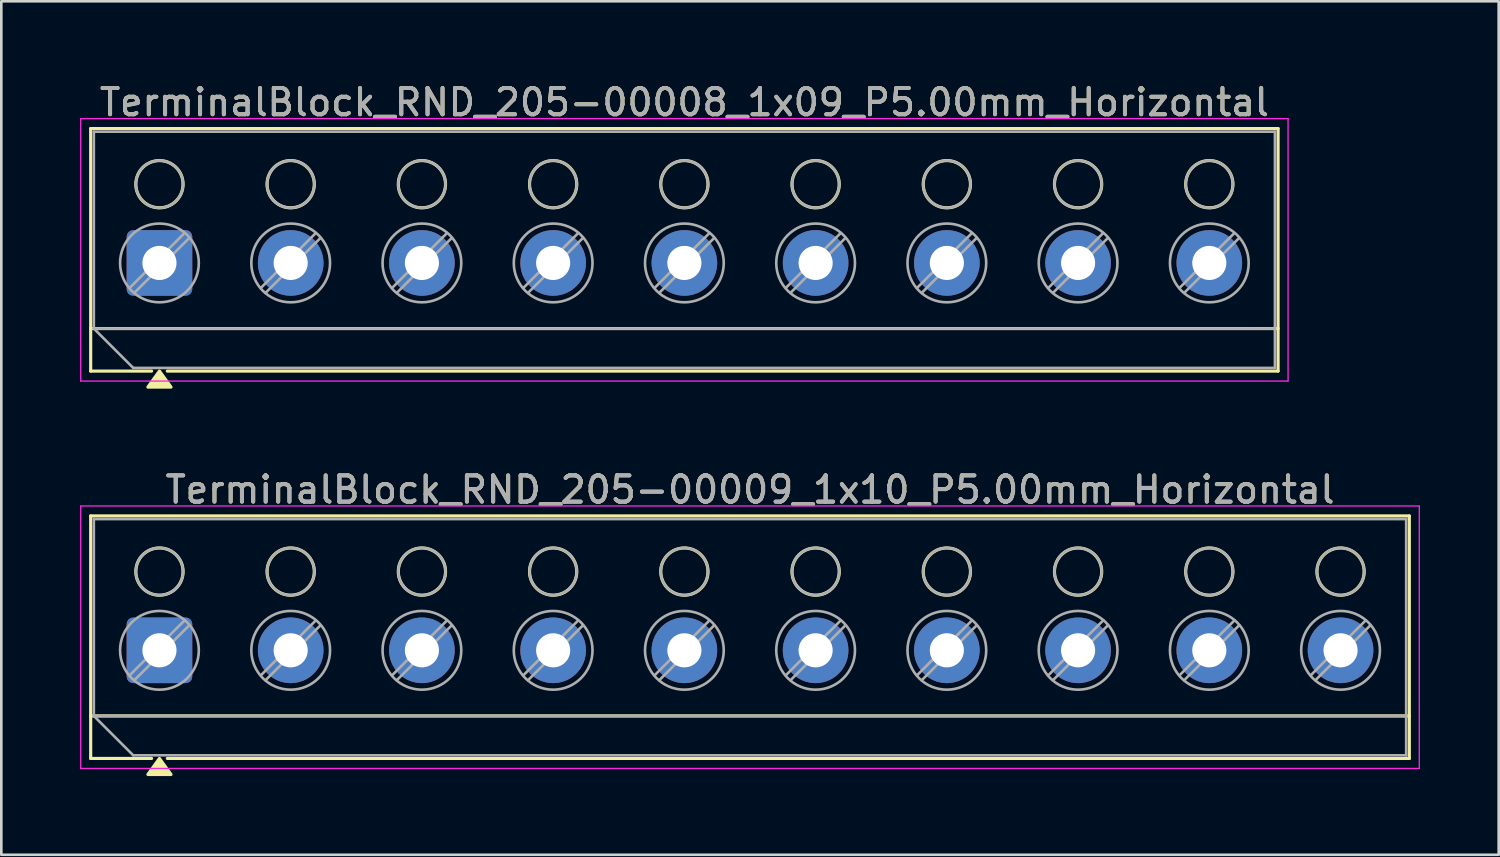
<source format=kicad_pcb>
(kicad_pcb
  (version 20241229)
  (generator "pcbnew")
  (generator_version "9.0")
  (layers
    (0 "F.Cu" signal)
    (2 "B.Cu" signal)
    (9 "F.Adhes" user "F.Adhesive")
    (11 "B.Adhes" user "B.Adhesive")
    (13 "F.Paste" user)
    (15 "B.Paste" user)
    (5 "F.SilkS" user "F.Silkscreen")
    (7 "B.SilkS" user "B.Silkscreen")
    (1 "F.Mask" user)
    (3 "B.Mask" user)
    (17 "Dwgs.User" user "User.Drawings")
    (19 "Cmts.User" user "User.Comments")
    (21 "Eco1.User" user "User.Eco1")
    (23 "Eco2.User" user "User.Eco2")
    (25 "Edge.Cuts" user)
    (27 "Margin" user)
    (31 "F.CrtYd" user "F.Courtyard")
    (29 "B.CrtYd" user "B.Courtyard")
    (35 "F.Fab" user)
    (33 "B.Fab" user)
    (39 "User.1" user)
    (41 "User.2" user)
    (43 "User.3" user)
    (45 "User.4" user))
  (footprint "TerminalBlock_RND_205-00008_1x09_P5.00mm_Horizontal"
    (layer "F.Cu")
    (at 3.025 6.968)
    (property "Reference" "TerminalBlock_RND_205-00008_1x09_P5.00mm_Horizontal" (at 20 -6.12 0) (layer "F.SilkS") (effects (font (size 1 1) (thickness 0.15))))
    (attr through_hole)
    (fp_line (start -2.62 -5.12) (end -2.62 4.12) (stroke (width 0.12) (type solid)) (layer "F.SilkS"))
    (fp_line (start -2.62 -5.12) (end 42.62 -5.12) (stroke (width 0.12) (type solid)) (layer "F.SilkS"))
    (fp_line (start -2.62 2.5) (end 42.62 2.5) (stroke (width 0.12) (type solid)) (layer "F.SilkS"))
    (fp_line (start -2.62 4.12) (end -0.3 4.12) (stroke (width 0.12) (type solid)) (layer "F.SilkS"))
    (fp_line (start 0.3 4.12) (end 42.62 4.12) (stroke (width 0.12) (type solid)) (layer "F.SilkS"))
    (fp_line (start 42.62 -5.12) (end 42.62 4.12) (stroke (width 0.12) (type solid)) (layer "F.SilkS"))
    (fp_circle (center 0 -3) (end 0.9 -3) (stroke (width 0.12) (type solid)) (fill no) (layer "F.SilkS"))
    (fp_circle (center 5 -3) (end 5.9 -3) (stroke (width 0.12) (type solid)) (fill no) (layer "F.SilkS"))
    (fp_circle (center 10 -3) (end 10.9 -3) (stroke (width 0.12) (type solid)) (fill no) (layer "F.SilkS"))
    (fp_circle (center 15 -3) (end 15.9 -3) (stroke (width 0.12) (type solid)) (fill no) (layer "F.SilkS"))
    (fp_circle (center 20 -3) (end 20.9 -3) (stroke (width 0.12) (type solid)) (fill no) (layer "F.SilkS"))
    (fp_circle (center 25 -3) (end 25.9 -3) (stroke (width 0.12) (type solid)) (fill no) (layer "F.SilkS"))
    (fp_circle (center 30 -3) (end 30.9 -3) (stroke (width 0.12) (type solid)) (fill no) (layer "F.SilkS"))
    (fp_circle (center 35 -3) (end 35.9 -3) (stroke (width 0.12) (type solid)) (fill no) (layer "F.SilkS"))
    (fp_circle (center 40 -3) (end 40.9 -3) (stroke (width 0.12) (type solid)) (fill no) (layer "F.SilkS"))
    (fp_poly (pts (xy 0 4.12) (xy 0.44 4.73) (xy -0.44 4.73)) (stroke (width 0.12) (type solid)) (fill yes) (layer "F.SilkS"))
    (fp_line (start -3 -5.5) (end -3 4.5) (stroke (width 0.05) (type solid)) (layer "F.CrtYd"))
    (fp_line (start -3 4.5) (end 43 4.5) (stroke (width 0.05) (type solid)) (layer "F.CrtYd"))
    (fp_line (start 43 -5.5) (end -3 -5.5) (stroke (width 0.05) (type solid)) (layer "F.CrtYd"))
    (fp_line (start 43 4.5) (end 43 -5.5) (stroke (width 0.05) (type solid)) (layer "F.CrtYd"))
    (fp_line (start -2.5 -5) (end 42.5 -5) (stroke (width 0.1) (type solid)) (layer "F.Fab"))
    (fp_line (start -2.5 2.5) (end -2.5 -5) (stroke (width 0.1) (type solid)) (layer "F.Fab"))
    (fp_line (start -2.5 2.5) (end 42.5 2.5) (stroke (width 0.1) (type solid)) (layer "F.Fab"))
    (fp_line (start -1 4) (end -2.5 2.5) (stroke (width 0.1) (type solid)) (layer "F.Fab"))
    (fp_line (start 0.955 -1.138) (end -1.138 0.954) (stroke (width 0.1) (type solid)) (layer "F.Fab"))
    (fp_line (start 1.138 -0.954) (end -0.955 1.137) (stroke (width 0.1) (type solid)) (layer "F.Fab"))
    (fp_line (start 5.955 -1.138) (end 3.862 0.954) (stroke (width 0.1) (type solid)) (layer "F.Fab"))
    (fp_line (start 6.138 -0.954) (end 4.045 1.137) (stroke (width 0.1) (type solid)) (layer "F.Fab"))
    (fp_line (start 10.955 -1.138) (end 8.862 0.954) (stroke (width 0.1) (type solid)) (layer "F.Fab"))
    (fp_line (start 11.138 -0.954) (end 9.045 1.137) (stroke (width 0.1) (type solid)) (layer "F.Fab"))
    (fp_line (start 15.955 -1.138) (end 13.862 0.954) (stroke (width 0.1) (type solid)) (layer "F.Fab"))
    (fp_line (start 16.138 -0.954) (end 14.045 1.137) (stroke (width 0.1) (type solid)) (layer "F.Fab"))
    (fp_line (start 20.955 -1.138) (end 18.862 0.954) (stroke (width 0.1) (type solid)) (layer "F.Fab"))
    (fp_line (start 21.138 -0.954) (end 19.045 1.137) (stroke (width 0.1) (type solid)) (layer "F.Fab"))
    (fp_line (start 25.955 -1.138) (end 23.862 0.954) (stroke (width 0.1) (type solid)) (layer "F.Fab"))
    (fp_line (start 26.138 -0.954) (end 24.045 1.137) (stroke (width 0.1) (type solid)) (layer "F.Fab"))
    (fp_line (start 30.955 -1.138) (end 28.862 0.954) (stroke (width 0.1) (type solid)) (layer "F.Fab"))
    (fp_line (start 31.138 -0.954) (end 29.045 1.137) (stroke (width 0.1) (type solid)) (layer "F.Fab"))
    (fp_line (start 35.955 -1.138) (end 33.862 0.954) (stroke (width 0.1) (type solid)) (layer "F.Fab"))
    (fp_line (start 36.138 -0.954) (end 34.045 1.137) (stroke (width 0.1) (type solid)) (layer "F.Fab"))
    (fp_line (start 40.955 -1.138) (end 38.862 0.954) (stroke (width 0.1) (type solid)) (layer "F.Fab"))
    (fp_line (start 41.138 -0.954) (end 39.045 1.137) (stroke (width 0.1) (type solid)) (layer "F.Fab"))
    (fp_line (start 42.5 -5) (end 42.5 4) (stroke (width 0.1) (type solid)) (layer "F.Fab"))
    (fp_line (start 42.5 4) (end -1 4) (stroke (width 0.1) (type solid)) (layer "F.Fab"))
    (fp_circle (center 0 -3) (end 0.9 -3) (stroke (width 0.1) (type solid)) (fill no) (layer "F.Fab"))
    (fp_circle (center 0 0) (end 1.5 0) (stroke (width 0.1) (type solid)) (fill no) (layer "F.Fab"))
    (fp_circle (center 5 -3) (end 5.9 -3) (stroke (width 0.1) (type solid)) (fill no) (layer "F.Fab"))
    (fp_circle (center 5 0) (end 6.5 0) (stroke (width 0.1) (type solid)) (fill no) (layer "F.Fab"))
    (fp_circle (center 10 -3) (end 10.9 -3) (stroke (width 0.1) (type solid)) (fill no) (layer "F.Fab"))
    (fp_circle (center 10 0) (end 11.5 0) (stroke (width 0.1) (type solid)) (fill no) (layer "F.Fab"))
    (fp_circle (center 15 -3) (end 15.9 -3) (stroke (width 0.1) (type solid)) (fill no) (layer "F.Fab"))
    (fp_circle (center 15 0) (end 16.5 0) (stroke (width 0.1) (type solid)) (fill no) (layer "F.Fab"))
    (fp_circle (center 20 -3) (end 20.9 -3) (stroke (width 0.1) (type solid)) (fill no) (layer "F.Fab"))
    (fp_circle (center 20 0) (end 21.5 0) (stroke (width 0.1) (type solid)) (fill no) (layer "F.Fab"))
    (fp_circle (center 25 -3) (end 25.9 -3) (stroke (width 0.1) (type solid)) (fill no) (layer "F.Fab"))
    (fp_circle (center 25 0) (end 26.5 0) (stroke (width 0.1) (type solid)) (fill no) (layer "F.Fab"))
    (fp_circle (center 30 -3) (end 30.9 -3) (stroke (width 0.1) (type solid)) (fill no) (layer "F.Fab"))
    (fp_circle (center 30 0) (end 31.5 0) (stroke (width 0.1) (type solid)) (fill no) (layer "F.Fab"))
    (fp_circle (center 35 -3) (end 35.9 -3) (stroke (width 0.1) (type solid)) (fill no) (layer "F.Fab"))
    (fp_circle (center 35 0) (end 36.5 0) (stroke (width 0.1) (type solid)) (fill no) (layer "F.Fab"))
    (fp_circle (center 40 -3) (end 40.9 -3) (stroke (width 0.1) (type solid)) (fill no) (layer "F.Fab"))
    (fp_circle (center 40 0) (end 41.5 0) (stroke (width 0.1) (type solid)) (fill no) (layer "F.Fab"))
    (fp_text user "${REFERENCE}" (at 20 -6.12 0) (layer "F.Fab") (effects (font (size 1 1) (thickness 0.15))))
    (pad "1" thru_hole roundrect (at 0 0) (size 2.5 2.5) (drill 1.3) (layers "*.Cu" "*.Mask") (roundrect_rratio 0.1))
    (pad "2" thru_hole circle (at 5 0) (size 2.5 2.5) (drill 1.3) (layers "*.Cu" "*.Mask"))
    (pad "3" thru_hole circle (at 10 0) (size 2.5 2.5) (drill 1.3) (layers "*.Cu" "*.Mask"))
    (pad "4" thru_hole circle (at 15 0) (size 2.5 2.5) (drill 1.3) (layers "*.Cu" "*.Mask"))
    (pad "5" thru_hole circle (at 20 0) (size 2.5 2.5) (drill 1.3) (layers "*.Cu" "*.Mask"))
    (pad "6" thru_hole circle (at 25 0) (size 2.5 2.5) (drill 1.3) (layers "*.Cu" "*.Mask"))
    (pad "7" thru_hole circle (at 30 0) (size 2.5 2.5) (drill 1.3) (layers "*.Cu" "*.Mask"))
    (pad "8" thru_hole circle (at 35 0) (size 2.5 2.5) (drill 1.3) (layers "*.Cu" "*.Mask"))
    (pad "9" thru_hole circle (at 40 0) (size 2.5 2.5) (drill 1.3) (layers "*.Cu" "*.Mask")))
  (footprint "TerminalBlock_RND_205-00009_1x10_P5.00mm_Horizontal"
    (layer "F.Cu")
    (at 3.025 21.727)
    (property "Reference" "TerminalBlock_RND_205-00009_1x10_P5.00mm_Horizontal" (at 22.5 -6.12 0) (layer "F.SilkS") (effects (font (size 1 1) (thickness 0.15))))
    (attr through_hole)
    (fp_line (start -2.62 -5.12) (end -2.62 4.12) (stroke (width 0.12) (type solid)) (layer "F.SilkS"))
    (fp_line (start -2.62 -5.12) (end 47.62 -5.12) (stroke (width 0.12) (type solid)) (layer "F.SilkS"))
    (fp_line (start -2.62 2.5) (end 47.62 2.5) (stroke (width 0.12) (type solid)) (layer "F.SilkS"))
    (fp_line (start -2.62 4.12) (end -0.3 4.12) (stroke (width 0.12) (type solid)) (layer "F.SilkS"))
    (fp_line (start 0.3 4.12) (end 47.62 4.12) (stroke (width 0.12) (type solid)) (layer "F.SilkS"))
    (fp_line (start 47.62 -5.12) (end 47.62 4.12) (stroke (width 0.12) (type solid)) (layer "F.SilkS"))
    (fp_circle (center 0 -3) (end 0.9 -3) (stroke (width 0.12) (type solid)) (fill no) (layer "F.SilkS"))
    (fp_circle (center 5 -3) (end 5.9 -3) (stroke (width 0.12) (type solid)) (fill no) (layer "F.SilkS"))
    (fp_circle (center 10 -3) (end 10.9 -3) (stroke (width 0.12) (type solid)) (fill no) (layer "F.SilkS"))
    (fp_circle (center 15 -3) (end 15.9 -3) (stroke (width 0.12) (type solid)) (fill no) (layer "F.SilkS"))
    (fp_circle (center 20 -3) (end 20.9 -3) (stroke (width 0.12) (type solid)) (fill no) (layer "F.SilkS"))
    (fp_circle (center 25 -3) (end 25.9 -3) (stroke (width 0.12) (type solid)) (fill no) (layer "F.SilkS"))
    (fp_circle (center 30 -3) (end 30.9 -3) (stroke (width 0.12) (type solid)) (fill no) (layer "F.SilkS"))
    (fp_circle (center 35 -3) (end 35.9 -3) (stroke (width 0.12) (type solid)) (fill no) (layer "F.SilkS"))
    (fp_circle (center 40 -3) (end 40.9 -3) (stroke (width 0.12) (type solid)) (fill no) (layer "F.SilkS"))
    (fp_circle (center 45 -3) (end 45.9 -3) (stroke (width 0.12) (type solid)) (fill no) (layer "F.SilkS"))
    (fp_poly (pts (xy 0 4.12) (xy 0.44 4.73) (xy -0.44 4.73)) (stroke (width 0.12) (type solid)) (fill yes) (layer "F.SilkS"))
    (fp_line (start -3 -5.5) (end -3 4.5) (stroke (width 0.05) (type solid)) (layer "F.CrtYd"))
    (fp_line (start -3 4.5) (end 48 4.5) (stroke (width 0.05) (type solid)) (layer "F.CrtYd"))
    (fp_line (start 48 -5.5) (end -3 -5.5) (stroke (width 0.05) (type solid)) (layer "F.CrtYd"))
    (fp_line (start 48 4.5) (end 48 -5.5) (stroke (width 0.05) (type solid)) (layer "F.CrtYd"))
    (fp_line (start -2.5 -5) (end 47.5 -5) (stroke (width 0.1) (type solid)) (layer "F.Fab"))
    (fp_line (start -2.5 2.5) (end -2.5 -5) (stroke (width 0.1) (type solid)) (layer "F.Fab"))
    (fp_line (start -2.5 2.5) (end 47.5 2.5) (stroke (width 0.1) (type solid)) (layer "F.Fab"))
    (fp_line (start -1 4) (end -2.5 2.5) (stroke (width 0.1) (type solid)) (layer "F.Fab"))
    (fp_line (start 0.955 -1.138) (end -1.138 0.954) (stroke (width 0.1) (type solid)) (layer "F.Fab"))
    (fp_line (start 1.138 -0.954) (end -0.955 1.137) (stroke (width 0.1) (type solid)) (layer "F.Fab"))
    (fp_line (start 5.955 -1.138) (end 3.862 0.954) (stroke (width 0.1) (type solid)) (layer "F.Fab"))
    (fp_line (start 6.138 -0.954) (end 4.045 1.137) (stroke (width 0.1) (type solid)) (layer "F.Fab"))
    (fp_line (start 10.955 -1.138) (end 8.862 0.954) (stroke (width 0.1) (type solid)) (layer "F.Fab"))
    (fp_line (start 11.138 -0.954) (end 9.045 1.137) (stroke (width 0.1) (type solid)) (layer "F.Fab"))
    (fp_line (start 15.955 -1.138) (end 13.862 0.954) (stroke (width 0.1) (type solid)) (layer "F.Fab"))
    (fp_line (start 16.138 -0.954) (end 14.045 1.137) (stroke (width 0.1) (type solid)) (layer "F.Fab"))
    (fp_line (start 20.955 -1.138) (end 18.862 0.954) (stroke (width 0.1) (type solid)) (layer "F.Fab"))
    (fp_line (start 21.138 -0.954) (end 19.045 1.137) (stroke (width 0.1) (type solid)) (layer "F.Fab"))
    (fp_line (start 25.955 -1.138) (end 23.862 0.954) (stroke (width 0.1) (type solid)) (layer "F.Fab"))
    (fp_line (start 26.138 -0.954) (end 24.045 1.137) (stroke (width 0.1) (type solid)) (layer "F.Fab"))
    (fp_line (start 30.955 -1.138) (end 28.862 0.954) (stroke (width 0.1) (type solid)) (layer "F.Fab"))
    (fp_line (start 31.138 -0.954) (end 29.045 1.137) (stroke (width 0.1) (type solid)) (layer "F.Fab"))
    (fp_line (start 35.955 -1.138) (end 33.862 0.954) (stroke (width 0.1) (type solid)) (layer "F.Fab"))
    (fp_line (start 36.138 -0.954) (end 34.045 1.137) (stroke (width 0.1) (type solid)) (layer "F.Fab"))
    (fp_line (start 40.955 -1.138) (end 38.862 0.954) (stroke (width 0.1) (type solid)) (layer "F.Fab"))
    (fp_line (start 41.138 -0.954) (end 39.045 1.137) (stroke (width 0.1) (type solid)) (layer "F.Fab"))
    (fp_line (start 45.955 -1.138) (end 43.862 0.954) (stroke (width 0.1) (type solid)) (layer "F.Fab"))
    (fp_line (start 46.138 -0.954) (end 44.045 1.137) (stroke (width 0.1) (type solid)) (layer "F.Fab"))
    (fp_line (start 47.5 -5) (end 47.5 4) (stroke (width 0.1) (type solid)) (layer "F.Fab"))
    (fp_line (start 47.5 4) (end -1 4) (stroke (width 0.1) (type solid)) (layer "F.Fab"))
    (fp_circle (center 0 -3) (end 0.9 -3) (stroke (width 0.1) (type solid)) (fill no) (layer "F.Fab"))
    (fp_circle (center 0 0) (end 1.5 0) (stroke (width 0.1) (type solid)) (fill no) (layer "F.Fab"))
    (fp_circle (center 5 -3) (end 5.9 -3) (stroke (width 0.1) (type solid)) (fill no) (layer "F.Fab"))
    (fp_circle (center 5 0) (end 6.5 0) (stroke (width 0.1) (type solid)) (fill no) (layer "F.Fab"))
    (fp_circle (center 10 -3) (end 10.9 -3) (stroke (width 0.1) (type solid)) (fill no) (layer "F.Fab"))
    (fp_circle (center 10 0) (end 11.5 0) (stroke (width 0.1) (type solid)) (fill no) (layer "F.Fab"))
    (fp_circle (center 15 -3) (end 15.9 -3) (stroke (width 0.1) (type solid)) (fill no) (layer "F.Fab"))
    (fp_circle (center 15 0) (end 16.5 0) (stroke (width 0.1) (type solid)) (fill no) (layer "F.Fab"))
    (fp_circle (center 20 -3) (end 20.9 -3) (stroke (width 0.1) (type solid)) (fill no) (layer "F.Fab"))
    (fp_circle (center 20 0) (end 21.5 0) (stroke (width 0.1) (type solid)) (fill no) (layer "F.Fab"))
    (fp_circle (center 25 -3) (end 25.9 -3) (stroke (width 0.1) (type solid)) (fill no) (layer "F.Fab"))
    (fp_circle (center 25 0) (end 26.5 0) (stroke (width 0.1) (type solid)) (fill no) (layer "F.Fab"))
    (fp_circle (center 30 -3) (end 30.9 -3) (stroke (width 0.1) (type solid)) (fill no) (layer "F.Fab"))
    (fp_circle (center 30 0) (end 31.5 0) (stroke (width 0.1) (type solid)) (fill no) (layer "F.Fab"))
    (fp_circle (center 35 -3) (end 35.9 -3) (stroke (width 0.1) (type solid)) (fill no) (layer "F.Fab"))
    (fp_circle (center 35 0) (end 36.5 0) (stroke (width 0.1) (type solid)) (fill no) (layer "F.Fab"))
    (fp_circle (center 40 -3) (end 40.9 -3) (stroke (width 0.1) (type solid)) (fill no) (layer "F.Fab"))
    (fp_circle (center 40 0) (end 41.5 0) (stroke (width 0.1) (type solid)) (fill no) (layer "F.Fab"))
    (fp_circle (center 45 -3) (end 45.9 -3) (stroke (width 0.1) (type solid)) (fill no) (layer "F.Fab"))
    (fp_circle (center 45 0) (end 46.5 0) (stroke (width 0.1) (type solid)) (fill no) (layer "F.Fab"))
    (fp_text user "${REFERENCE}" (at 22.5 -6.12 0) (layer "F.Fab") (effects (font (size 1 1) (thickness 0.15))))
    (pad "1" thru_hole roundrect (at 0 0) (size 2.5 2.5) (drill 1.3) (layers "*.Cu" "*.Mask") (roundrect_rratio 0.1))
    (pad "2" thru_hole circle (at 5 0) (size 2.5 2.5) (drill 1.3) (layers "*.Cu" "*.Mask"))
    (pad "3" thru_hole circle (at 10 0) (size 2.5 2.5) (drill 1.3) (layers "*.Cu" "*.Mask"))
    (pad "4" thru_hole circle (at 15 0) (size 2.5 2.5) (drill 1.3) (layers "*.Cu" "*.Mask"))
    (pad "5" thru_hole circle (at 20 0) (size 2.5 2.5) (drill 1.3) (layers "*.Cu" "*.Mask"))
    (pad "6" thru_hole circle (at 25 0) (size 2.5 2.5) (drill 1.3) (layers "*.Cu" "*.Mask"))
    (pad "7" thru_hole circle (at 30 0) (size 2.5 2.5) (drill 1.3) (layers "*.Cu" "*.Mask"))
    (pad "8" thru_hole circle (at 35 0) (size 2.5 2.5) (drill 1.3) (layers "*.Cu" "*.Mask"))
    (pad "9" thru_hole circle (at 40 0) (size 2.5 2.5) (drill 1.3) (layers "*.Cu" "*.Mask"))
    (pad "10" thru_hole circle (at 45 0) (size 2.5 2.5) (drill 1.3) (layers "*.Cu" "*.Mask")))
  (gr_rect
    (start -3 -3)
    (end 54.05 29.517)
    (stroke (width 0.1) (type default))
    (fill no)
    (layer "Edge.Cuts")))
</source>
